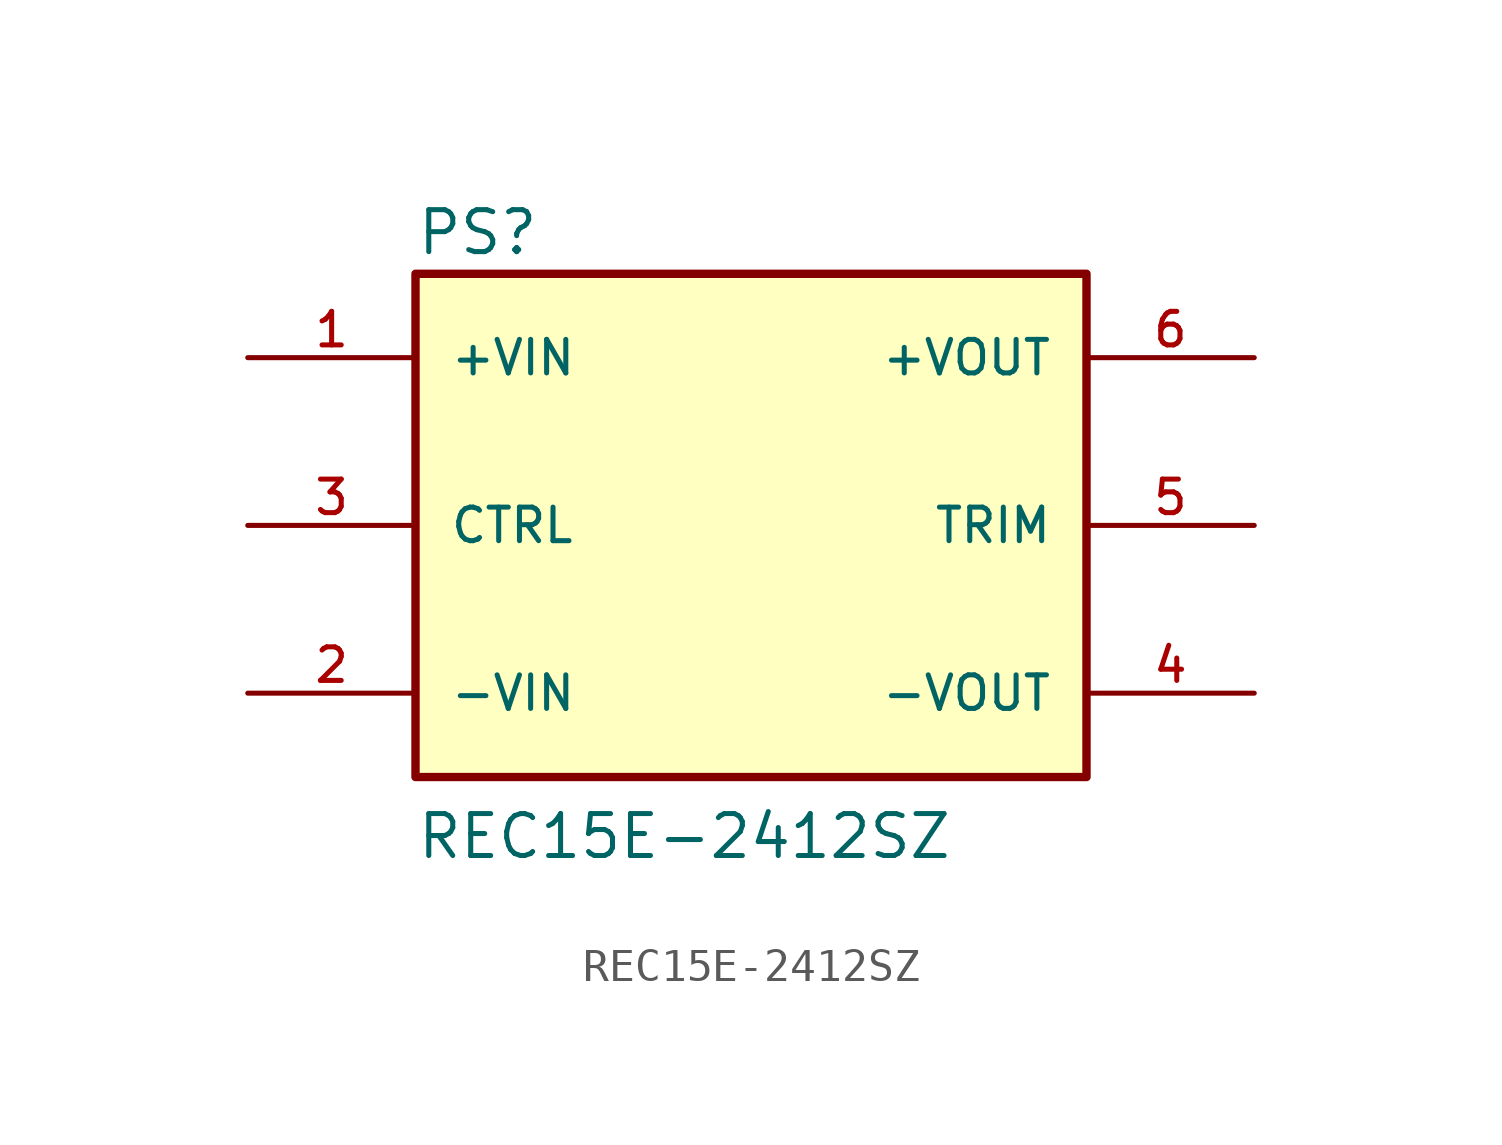
<source format=kicad_sym>
(kicad_symbol_lib
  (version 20211014)
  (generator kicad_symbol_editor)
  (symbol "REC15E-2412SZ"
    (pin_names
      (offset 1.016))
    (property "Reference" "PS"
      (at -10.16 8.128 0)
      (effects (font (size 1.27 1.27)) (justify bottom left)))
    (property "Value" "REC15E-2412SZ"
      (at -10.16 -10.16 0)
      (effects (font (size 1.27 1.27)) (justify bottom left)))
    (symbol "REC15E-2412SZ_0_0"
      (rectangle (start -10.16 -7.62) (end 10.16 7.62) (stroke (width 0.254)) (fill (type background)))
      (pin input line (at -15.24 5.08 0) (length 5.08) (name "+VIN" (effects (font (size 1.016 1.016)))) (number "1" (effects (font (size 1.016 1.016)))))
      (pin output line (at 15.24 5.08 180.0) (length 5.08) (name "+VOUT" (effects (font (size 1.016 1.016)))) (number "6" (effects (font (size 1.016 1.016)))))
      (pin input line (at -15.24 -5.08 0) (length 5.08) (name "-VIN" (effects (font (size 1.016 1.016)))) (number "2" (effects (font (size 1.016 1.016)))))
      (pin output line (at 15.24 -5.08 180.0) (length 5.08) (name "-VOUT" (effects (font (size 1.016 1.016)))) (number "4" (effects (font (size 1.016 1.016)))))
      (pin input line (at -15.24 0.0 0) (length 5.08) (name "CTRL" (effects (font (size 1.016 1.016)))) (number "3" (effects (font (size 1.016 1.016)))))
      (pin passive line (at 15.24 0.0 180.0) (length 5.08) (name "TRIM" (effects (font (size 1.016 1.016)))) (number "5" (effects (font (size 1.016 1.016))))))))
</source>
